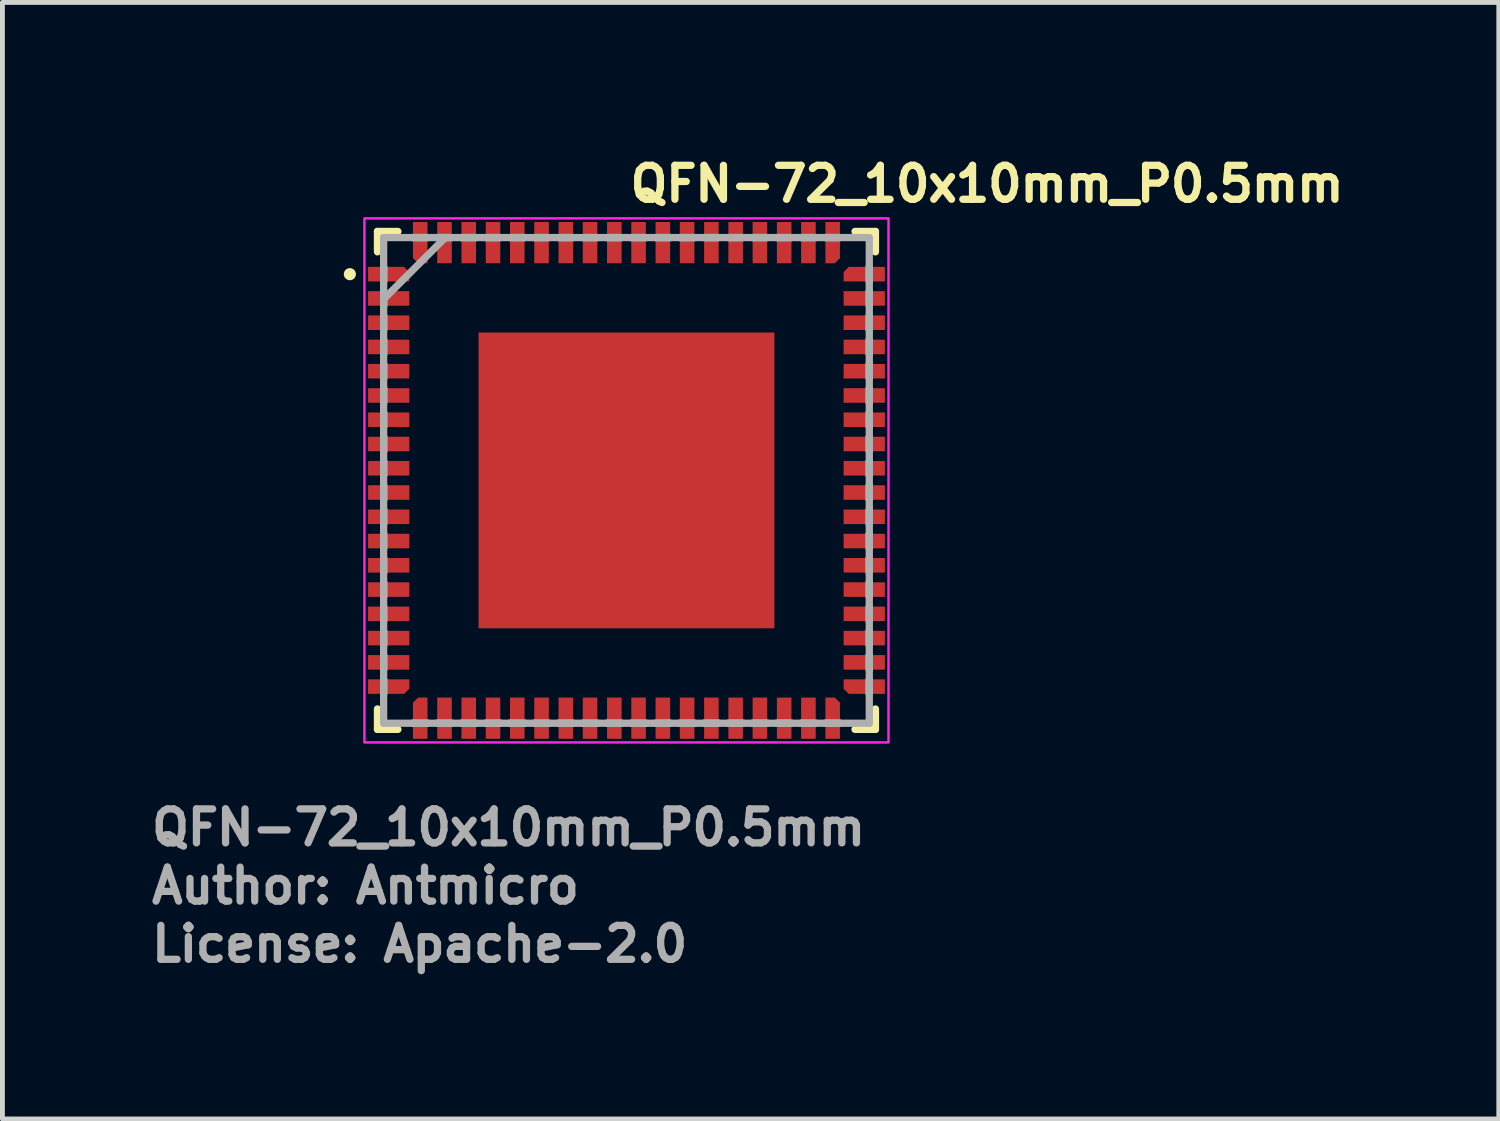
<source format=kicad_pcb>
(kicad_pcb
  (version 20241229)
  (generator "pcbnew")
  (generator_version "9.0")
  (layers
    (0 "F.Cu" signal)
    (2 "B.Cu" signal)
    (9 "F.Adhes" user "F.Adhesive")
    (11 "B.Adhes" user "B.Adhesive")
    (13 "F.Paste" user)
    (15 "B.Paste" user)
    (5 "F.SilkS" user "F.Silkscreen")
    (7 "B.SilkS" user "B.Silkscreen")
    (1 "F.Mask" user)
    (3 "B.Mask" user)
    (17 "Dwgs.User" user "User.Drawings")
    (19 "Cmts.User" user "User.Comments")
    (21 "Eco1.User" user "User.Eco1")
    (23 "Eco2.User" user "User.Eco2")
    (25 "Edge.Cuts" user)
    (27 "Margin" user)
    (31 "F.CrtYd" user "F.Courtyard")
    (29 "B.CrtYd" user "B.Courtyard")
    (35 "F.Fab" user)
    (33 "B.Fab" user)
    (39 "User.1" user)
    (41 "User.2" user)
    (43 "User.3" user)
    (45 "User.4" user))
  (footprint "QFN-72_10x10mm_P0.5mm"
    (layer "F.Cu")
    (at 9.86 6.85)
    (property "Reference" "QFN-72_10x10mm_P0.5mm" (at 0 -5.7 0) (unlocked yes) (layer "F.SilkS") (effects (font (size 0.7 0.7) (thickness 0.15)) (justify left bottom)))
    (attr smd)
    (fp_poly (pts (xy -5.378 -4.05) (xy -5.378 -4.45) (xy -4.538 -4.45) (xy -4.428 -4.339) (xy -4.428 -4.05)) (stroke (width 0) (type solid)) (fill yes) (layer "F.Mask"))
    (fp_poly (pts (xy -5.378 4.05) (xy -5.378 4.45) (xy -4.538 4.45) (xy -4.428 4.339) (xy -4.428 4.05)) (stroke (width 0) (type solid)) (fill yes) (layer "F.Mask"))
    (fp_poly (pts (xy -4.05 -5.378) (xy -4.45 -5.378) (xy -4.45 -4.538) (xy -4.339 -4.428) (xy -4.05 -4.428)) (stroke (width 0) (type solid)) (fill yes) (layer "F.Mask"))
    (fp_poly (pts (xy -4.05 5.378) (xy -4.45 5.378) (xy -4.45 4.538) (xy -4.339 4.428) (xy -4.05 4.428)) (stroke (width 0) (type solid)) (fill yes) (layer "F.Mask"))
    (fp_poly (pts (xy 4.05 -5.378) (xy 4.45 -5.378) (xy 4.45 -4.538) (xy 4.339 -4.428) (xy 4.05 -4.428)) (stroke (width 0) (type solid)) (fill yes) (layer "F.Mask"))
    (fp_poly (pts (xy 4.05 5.378) (xy 4.45 5.378) (xy 4.45 4.538) (xy 4.339 4.428) (xy 4.05 4.428)) (stroke (width 0) (type solid)) (fill yes) (layer "F.Mask"))
    (fp_poly (pts (xy 5.378 -4.05) (xy 5.378 -4.45) (xy 4.538 -4.45) (xy 4.428 -4.339) (xy 4.428 -4.05)) (stroke (width 0) (type solid)) (fill yes) (layer "F.Mask"))
    (fp_poly (pts (xy 5.378 4.05) (xy 5.378 4.45) (xy 4.538 4.45) (xy 4.428 4.339) (xy 4.428 4.05)) (stroke (width 0) (type solid)) (fill yes) (layer "F.Mask"))
    (fp_line (start -5.131 -4.71) (end -5.131 -5.131) (stroke (width 0.15) (type solid)) (layer "F.SilkS"))
    (fp_line (start -5.131 5.131) (end -5.131 4.71) (stroke (width 0.15) (type solid)) (layer "F.SilkS"))
    (fp_line (start -4.71 -5.131) (end -5.131 -5.131) (stroke (width 0.15) (type solid)) (layer "F.SilkS"))
    (fp_line (start -4.71 5.131) (end -5.131 5.131) (stroke (width 0.15) (type solid)) (layer "F.SilkS"))
    (fp_line (start 5.131 -5.131) (end 4.71 -5.131) (stroke (width 0.15) (type solid)) (layer "F.SilkS"))
    (fp_line (start 5.131 -4.71) (end 5.131 -5.131) (stroke (width 0.15) (type solid)) (layer "F.SilkS"))
    (fp_line (start 5.131 5.131) (end 4.71 5.131) (stroke (width 0.15) (type solid)) (layer "F.SilkS"))
    (fp_line (start 5.131 5.131) (end 5.131 4.71) (stroke (width 0.15) (type solid)) (layer "F.SilkS"))
    (fp_circle (center -5.7 -4.25) (end -5.65 -4.25) (stroke (width 0.15) (type solid)) (fill yes) (layer "F.SilkS"))
    (fp_poly (pts (xy -2.425 -1.175) (xy -1.175 -1.175) (xy -1.175 -2.425) (xy -2.425 -2.425)) (stroke (width 0) (type solid)) (fill yes) (layer "F.Paste"))
    (fp_poly (pts (xy -2.425 0.625) (xy -1.175 0.625) (xy -1.175 -0.625) (xy -2.425 -0.625)) (stroke (width 0) (type solid)) (fill yes) (layer "F.Paste"))
    (fp_poly (pts (xy -2.425 2.425) (xy -1.175 2.425) (xy -1.175 1.175) (xy -2.425 1.175)) (stroke (width 0) (type solid)) (fill yes) (layer "F.Paste"))
    (fp_poly (pts (xy -0.625 -1.175) (xy 0.625 -1.175) (xy 0.625 -2.425) (xy -0.625 -2.425)) (stroke (width 0) (type solid)) (fill yes) (layer "F.Paste"))
    (fp_poly (pts (xy -0.625 0.625) (xy 0.625 0.625) (xy 0.625 -0.625) (xy -0.625 -0.625)) (stroke (width 0) (type solid)) (fill yes) (layer "F.Paste"))
    (fp_poly (pts (xy -0.625 2.425) (xy 0.625 2.425) (xy 0.625 1.175) (xy -0.625 1.175)) (stroke (width 0) (type solid)) (fill yes) (layer "F.Paste"))
    (fp_poly (pts (xy 1.175 -1.175) (xy 2.425 -1.175) (xy 2.425 -2.425) (xy 1.175 -2.425)) (stroke (width 0) (type solid)) (fill yes) (layer "F.Paste"))
    (fp_poly (pts (xy 1.175 0.625) (xy 2.425 0.625) (xy 2.425 -0.625) (xy 1.175 -0.625)) (stroke (width 0) (type solid)) (fill yes) (layer "F.Paste"))
    (fp_poly (pts (xy 1.175 2.425) (xy 2.425 2.425) (xy 2.425 1.175) (xy 1.175 1.175)) (stroke (width 0) (type solid)) (fill yes) (layer "F.Paste"))
    (fp_rect (start -5.4 -5.4) (end 5.4 5.4) (stroke (width 0.05) (type solid)) (fill no) (layer "F.CrtYd"))
    (fp_line (start -5.004 -4.098) (end -5.004 -4.402) (stroke (width 0.15) (type solid)) (layer "F.Fab"))
    (fp_line (start -5.004 -4.098) (end -5.004 -4.402) (stroke (width 0.15) (type solid)) (layer "F.Fab"))
    (fp_line (start -5.004 -3.734) (end -3.734 -5.004) (stroke (width 0.15) (type solid)) (layer "F.Fab"))
    (fp_line (start -5.004 -3.598) (end -5.004 -3.902) (stroke (width 0.15) (type solid)) (layer "F.Fab"))
    (fp_line (start -5.004 -3.598) (end -5.004 -3.902) (stroke (width 0.15) (type solid)) (layer "F.Fab"))
    (fp_line (start -5.004 -3.098) (end -5.004 -3.402) (stroke (width 0.15) (type solid)) (layer "F.Fab"))
    (fp_line (start -5.004 -3.098) (end -5.004 -3.402) (stroke (width 0.15) (type solid)) (layer "F.Fab"))
    (fp_line (start -5.004 -2.598) (end -5.004 -2.902) (stroke (width 0.15) (type solid)) (layer "F.Fab"))
    (fp_line (start -5.004 -2.598) (end -5.004 -2.902) (stroke (width 0.15) (type solid)) (layer "F.Fab"))
    (fp_line (start -5.004 -2.098) (end -5.004 -2.402) (stroke (width 0.15) (type solid)) (layer "F.Fab"))
    (fp_line (start -5.004 -2.098) (end -5.004 -2.402) (stroke (width 0.15) (type solid)) (layer "F.Fab"))
    (fp_line (start -5.004 -1.598) (end -5.004 -1.902) (stroke (width 0.15) (type solid)) (layer "F.Fab"))
    (fp_line (start -5.004 -1.598) (end -5.004 -1.902) (stroke (width 0.15) (type solid)) (layer "F.Fab"))
    (fp_line (start -5.004 -1.098) (end -5.004 -1.402) (stroke (width 0.15) (type solid)) (layer "F.Fab"))
    (fp_line (start -5.004 -1.098) (end -5.004 -1.402) (stroke (width 0.15) (type solid)) (layer "F.Fab"))
    (fp_line (start -5.004 -0.598) (end -5.004 -0.902) (stroke (width 0.15) (type solid)) (layer "F.Fab"))
    (fp_line (start -5.004 -0.598) (end -5.004 -0.902) (stroke (width 0.15) (type solid)) (layer "F.Fab"))
    (fp_line (start -5.004 -0.098) (end -5.004 -0.402) (stroke (width 0.15) (type solid)) (layer "F.Fab"))
    (fp_line (start -5.004 -0.098) (end -5.004 -0.402) (stroke (width 0.15) (type solid)) (layer "F.Fab"))
    (fp_line (start -5.004 0.402) (end -5.004 0.098) (stroke (width 0.15) (type solid)) (layer "F.Fab"))
    (fp_line (start -5.004 0.402) (end -5.004 0.098) (stroke (width 0.15) (type solid)) (layer "F.Fab"))
    (fp_line (start -5.004 0.902) (end -5.004 0.598) (stroke (width 0.15) (type solid)) (layer "F.Fab"))
    (fp_line (start -5.004 0.902) (end -5.004 0.598) (stroke (width 0.15) (type solid)) (layer "F.Fab"))
    (fp_line (start -5.004 1.402) (end -5.004 1.098) (stroke (width 0.15) (type solid)) (layer "F.Fab"))
    (fp_line (start -5.004 1.402) (end -5.004 1.098) (stroke (width 0.15) (type solid)) (layer "F.Fab"))
    (fp_line (start -5.004 1.902) (end -5.004 1.598) (stroke (width 0.15) (type solid)) (layer "F.Fab"))
    (fp_line (start -5.004 1.902) (end -5.004 1.598) (stroke (width 0.15) (type solid)) (layer "F.Fab"))
    (fp_line (start -5.004 2.402) (end -5.004 2.098) (stroke (width 0.15) (type solid)) (layer "F.Fab"))
    (fp_line (start -5.004 2.402) (end -5.004 2.098) (stroke (width 0.15) (type solid)) (layer "F.Fab"))
    (fp_line (start -5.004 2.902) (end -5.004 2.598) (stroke (width 0.15) (type solid)) (layer "F.Fab"))
    (fp_line (start -5.004 2.902) (end -5.004 2.598) (stroke (width 0.15) (type solid)) (layer "F.Fab"))
    (fp_line (start -5.004 3.402) (end -5.004 3.098) (stroke (width 0.15) (type solid)) (layer "F.Fab"))
    (fp_line (start -5.004 3.402) (end -5.004 3.098) (stroke (width 0.15) (type solid)) (layer "F.Fab"))
    (fp_line (start -5.004 3.902) (end -5.004 3.598) (stroke (width 0.15) (type solid)) (layer "F.Fab"))
    (fp_line (start -5.004 3.902) (end -5.004 3.598) (stroke (width 0.15) (type solid)) (layer "F.Fab"))
    (fp_line (start -5.004 4.402) (end -5.004 4.098) (stroke (width 0.15) (type solid)) (layer "F.Fab"))
    (fp_line (start -5.004 4.402) (end -5.004 4.098) (stroke (width 0.15) (type solid)) (layer "F.Fab"))
    (fp_line (start -5.004 5.004) (end -5.004 -5.004) (stroke (width 0.15) (type solid)) (layer "F.Fab"))
    (fp_line (start -4.098 -5.004) (end -4.402 -5.004) (stroke (width 0.15) (type solid)) (layer "F.Fab"))
    (fp_line (start -4.098 -5.004) (end -4.402 -5.004) (stroke (width 0.15) (type solid)) (layer "F.Fab"))
    (fp_line (start -4.098 5.004) (end -4.402 5.004) (stroke (width 0.15) (type solid)) (layer "F.Fab"))
    (fp_line (start -4.098 5.004) (end -4.402 5.004) (stroke (width 0.15) (type solid)) (layer "F.Fab"))
    (fp_line (start -3.598 -5.004) (end -3.902 -5.004) (stroke (width 0.15) (type solid)) (layer "F.Fab"))
    (fp_line (start -3.598 -5.004) (end -3.902 -5.004) (stroke (width 0.15) (type solid)) (layer "F.Fab"))
    (fp_line (start -3.598 5.004) (end -3.902 5.004) (stroke (width 0.15) (type solid)) (layer "F.Fab"))
    (fp_line (start -3.598 5.004) (end -3.902 5.004) (stroke (width 0.15) (type solid)) (layer "F.Fab"))
    (fp_line (start -3.098 -5.004) (end -3.402 -5.004) (stroke (width 0.15) (type solid)) (layer "F.Fab"))
    (fp_line (start -3.098 -5.004) (end -3.402 -5.004) (stroke (width 0.15) (type solid)) (layer "F.Fab"))
    (fp_line (start -3.098 5.004) (end -3.402 5.004) (stroke (width 0.15) (type solid)) (layer "F.Fab"))
    (fp_line (start -3.098 5.004) (end -3.402 5.004) (stroke (width 0.15) (type solid)) (layer "F.Fab"))
    (fp_line (start -2.598 -5.004) (end -2.902 -5.004) (stroke (width 0.15) (type solid)) (layer "F.Fab"))
    (fp_line (start -2.598 -5.004) (end -2.902 -5.004) (stroke (width 0.15) (type solid)) (layer "F.Fab"))
    (fp_line (start -2.598 5.004) (end -2.902 5.004) (stroke (width 0.15) (type solid)) (layer "F.Fab"))
    (fp_line (start -2.598 5.004) (end -2.902 5.004) (stroke (width 0.15) (type solid)) (layer "F.Fab"))
    (fp_line (start -2.098 -5.004) (end -2.402 -5.004) (stroke (width 0.15) (type solid)) (layer "F.Fab"))
    (fp_line (start -2.098 -5.004) (end -2.402 -5.004) (stroke (width 0.15) (type solid)) (layer "F.Fab"))
    (fp_line (start -2.098 5.004) (end -2.402 5.004) (stroke (width 0.15) (type solid)) (layer "F.Fab"))
    (fp_line (start -2.098 5.004) (end -2.402 5.004) (stroke (width 0.15) (type solid)) (layer "F.Fab"))
    (fp_line (start -1.598 -5.004) (end -1.902 -5.004) (stroke (width 0.15) (type solid)) (layer "F.Fab"))
    (fp_line (start -1.598 -5.004) (end -1.902 -5.004) (stroke (width 0.15) (type solid)) (layer "F.Fab"))
    (fp_line (start -1.598 5.004) (end -1.902 5.004) (stroke (width 0.15) (type solid)) (layer "F.Fab"))
    (fp_line (start -1.598 5.004) (end -1.902 5.004) (stroke (width 0.15) (type solid)) (layer "F.Fab"))
    (fp_line (start -1.098 -5.004) (end -1.402 -5.004) (stroke (width 0.15) (type solid)) (layer "F.Fab"))
    (fp_line (start -1.098 -5.004) (end -1.402 -5.004) (stroke (width 0.15) (type solid)) (layer "F.Fab"))
    (fp_line (start -1.098 5.004) (end -1.402 5.004) (stroke (width 0.15) (type solid)) (layer "F.Fab"))
    (fp_line (start -1.098 5.004) (end -1.402 5.004) (stroke (width 0.15) (type solid)) (layer "F.Fab"))
    (fp_line (start -0.598 -5.004) (end -0.902 -5.004) (stroke (width 0.15) (type solid)) (layer "F.Fab"))
    (fp_line (start -0.598 -5.004) (end -0.902 -5.004) (stroke (width 0.15) (type solid)) (layer "F.Fab"))
    (fp_line (start -0.598 5.004) (end -0.902 5.004) (stroke (width 0.15) (type solid)) (layer "F.Fab"))
    (fp_line (start -0.598 5.004) (end -0.902 5.004) (stroke (width 0.15) (type solid)) (layer "F.Fab"))
    (fp_line (start -0.098 -5.004) (end -0.402 -5.004) (stroke (width 0.15) (type solid)) (layer "F.Fab"))
    (fp_line (start -0.098 -5.004) (end -0.402 -5.004) (stroke (width 0.15) (type solid)) (layer "F.Fab"))
    (fp_line (start -0.098 5.004) (end -0.402 5.004) (stroke (width 0.15) (type solid)) (layer "F.Fab"))
    (fp_line (start -0.098 5.004) (end -0.402 5.004) (stroke (width 0.15) (type solid)) (layer "F.Fab"))
    (fp_line (start 0.402 -5.004) (end 0.098 -5.004) (stroke (width 0.15) (type solid)) (layer "F.Fab"))
    (fp_line (start 0.402 -5.004) (end 0.098 -5.004) (stroke (width 0.15) (type solid)) (layer "F.Fab"))
    (fp_line (start 0.402 5.004) (end 0.098 5.004) (stroke (width 0.15) (type solid)) (layer "F.Fab"))
    (fp_line (start 0.402 5.004) (end 0.098 5.004) (stroke (width 0.15) (type solid)) (layer "F.Fab"))
    (fp_line (start 0.902 -5.004) (end 0.598 -5.004) (stroke (width 0.15) (type solid)) (layer "F.Fab"))
    (fp_line (start 0.902 -5.004) (end 0.598 -5.004) (stroke (width 0.15) (type solid)) (layer "F.Fab"))
    (fp_line (start 0.902 5.004) (end 0.598 5.004) (stroke (width 0.15) (type solid)) (layer "F.Fab"))
    (fp_line (start 0.902 5.004) (end 0.598 5.004) (stroke (width 0.15) (type solid)) (layer "F.Fab"))
    (fp_line (start 1.402 -5.004) (end 1.098 -5.004) (stroke (width 0.15) (type solid)) (layer "F.Fab"))
    (fp_line (start 1.402 -5.004) (end 1.098 -5.004) (stroke (width 0.15) (type solid)) (layer "F.Fab"))
    (fp_line (start 1.402 5.004) (end 1.098 5.004) (stroke (width 0.15) (type solid)) (layer "F.Fab"))
    (fp_line (start 1.402 5.004) (end 1.098 5.004) (stroke (width 0.15) (type solid)) (layer "F.Fab"))
    (fp_line (start 1.902 -5.004) (end 1.598 -5.004) (stroke (width 0.15) (type solid)) (layer "F.Fab"))
    (fp_line (start 1.902 -5.004) (end 1.598 -5.004) (stroke (width 0.15) (type solid)) (layer "F.Fab"))
    (fp_line (start 1.902 5.004) (end 1.598 5.004) (stroke (width 0.15) (type solid)) (layer "F.Fab"))
    (fp_line (start 1.902 5.004) (end 1.598 5.004) (stroke (width 0.15) (type solid)) (layer "F.Fab"))
    (fp_line (start 2.402 -5.004) (end 2.098 -5.004) (stroke (width 0.15) (type solid)) (layer "F.Fab"))
    (fp_line (start 2.402 -5.004) (end 2.098 -5.004) (stroke (width 0.15) (type solid)) (layer "F.Fab"))
    (fp_line (start 2.402 5.004) (end 2.098 5.004) (stroke (width 0.15) (type solid)) (layer "F.Fab"))
    (fp_line (start 2.402 5.004) (end 2.098 5.004) (stroke (width 0.15) (type solid)) (layer "F.Fab"))
    (fp_line (start 2.902 -5.004) (end 2.598 -5.004) (stroke (width 0.15) (type solid)) (layer "F.Fab"))
    (fp_line (start 2.902 -5.004) (end 2.598 -5.004) (stroke (width 0.15) (type solid)) (layer "F.Fab"))
    (fp_line (start 2.902 5.004) (end 2.598 5.004) (stroke (width 0.15) (type solid)) (layer "F.Fab"))
    (fp_line (start 2.902 5.004) (end 2.598 5.004) (stroke (width 0.15) (type solid)) (layer "F.Fab"))
    (fp_line (start 3.402 -5.004) (end 3.098 -5.004) (stroke (width 0.15) (type solid)) (layer "F.Fab"))
    (fp_line (start 3.402 -5.004) (end 3.098 -5.004) (stroke (width 0.15) (type solid)) (layer "F.Fab"))
    (fp_line (start 3.402 5.004) (end 3.098 5.004) (stroke (width 0.15) (type solid)) (layer "F.Fab"))
    (fp_line (start 3.402 5.004) (end 3.098 5.004) (stroke (width 0.15) (type solid)) (layer "F.Fab"))
    (fp_line (start 3.902 -5.004) (end 3.598 -5.004) (stroke (width 0.15) (type solid)) (layer "F.Fab"))
    (fp_line (start 3.902 -5.004) (end 3.598 -5.004) (stroke (width 0.15) (type solid)) (layer "F.Fab"))
    (fp_line (start 3.902 5.004) (end 3.598 5.004) (stroke (width 0.15) (type solid)) (layer "F.Fab"))
    (fp_line (start 3.902 5.004) (end 3.598 5.004) (stroke (width 0.15) (type solid)) (layer "F.Fab"))
    (fp_line (start 4.402 -5.004) (end 4.098 -5.004) (stroke (width 0.15) (type solid)) (layer "F.Fab"))
    (fp_line (start 4.402 -5.004) (end 4.098 -5.004) (stroke (width 0.15) (type solid)) (layer "F.Fab"))
    (fp_line (start 4.402 5.004) (end 4.098 5.004) (stroke (width 0.15) (type solid)) (layer "F.Fab"))
    (fp_line (start 4.402 5.004) (end 4.098 5.004) (stroke (width 0.15) (type solid)) (layer "F.Fab"))
    (fp_line (start 5.004 -5.004) (end -5.004 -5.004) (stroke (width 0.15) (type solid)) (layer "F.Fab"))
    (fp_line (start 5.004 -4.098) (end 5.004 -4.402) (stroke (width 0.15) (type solid)) (layer "F.Fab"))
    (fp_line (start 5.004 -4.098) (end 5.004 -4.402) (stroke (width 0.15) (type solid)) (layer "F.Fab"))
    (fp_line (start 5.004 -3.598) (end 5.004 -3.902) (stroke (width 0.15) (type solid)) (layer "F.Fab"))
    (fp_line (start 5.004 -3.598) (end 5.004 -3.902) (stroke (width 0.15) (type solid)) (layer "F.Fab"))
    (fp_line (start 5.004 -3.098) (end 5.004 -3.402) (stroke (width 0.15) (type solid)) (layer "F.Fab"))
    (fp_line (start 5.004 -3.098) (end 5.004 -3.402) (stroke (width 0.15) (type solid)) (layer "F.Fab"))
    (fp_line (start 5.004 -2.598) (end 5.004 -2.902) (stroke (width 0.15) (type solid)) (layer "F.Fab"))
    (fp_line (start 5.004 -2.598) (end 5.004 -2.902) (stroke (width 0.15) (type solid)) (layer "F.Fab"))
    (fp_line (start 5.004 -2.098) (end 5.004 -2.402) (stroke (width 0.15) (type solid)) (layer "F.Fab"))
    (fp_line (start 5.004 -2.098) (end 5.004 -2.402) (stroke (width 0.15) (type solid)) (layer "F.Fab"))
    (fp_line (start 5.004 -1.598) (end 5.004 -1.902) (stroke (width 0.15) (type solid)) (layer "F.Fab"))
    (fp_line (start 5.004 -1.598) (end 5.004 -1.902) (stroke (width 0.15) (type solid)) (layer "F.Fab"))
    (fp_line (start 5.004 -1.098) (end 5.004 -1.402) (stroke (width 0.15) (type solid)) (layer "F.Fab"))
    (fp_line (start 5.004 -1.098) (end 5.004 -1.402) (stroke (width 0.15) (type solid)) (layer "F.Fab"))
    (fp_line (start 5.004 -0.598) (end 5.004 -0.902) (stroke (width 0.15) (type solid)) (layer "F.Fab"))
    (fp_line (start 5.004 -0.598) (end 5.004 -0.902) (stroke (width 0.15) (type solid)) (layer "F.Fab"))
    (fp_line (start 5.004 -0.098) (end 5.004 -0.402) (stroke (width 0.15) (type solid)) (layer "F.Fab"))
    (fp_line (start 5.004 -0.098) (end 5.004 -0.402) (stroke (width 0.15) (type solid)) (layer "F.Fab"))
    (fp_line (start 5.004 0.402) (end 5.004 0.098) (stroke (width 0.15) (type solid)) (layer "F.Fab"))
    (fp_line (start 5.004 0.402) (end 5.004 0.098) (stroke (width 0.15) (type solid)) (layer "F.Fab"))
    (fp_line (start 5.004 0.902) (end 5.004 0.598) (stroke (width 0.15) (type solid)) (layer "F.Fab"))
    (fp_line (start 5.004 0.902) (end 5.004 0.598) (stroke (width 0.15) (type solid)) (layer "F.Fab"))
    (fp_line (start 5.004 1.402) (end 5.004 1.098) (stroke (width 0.15) (type solid)) (layer "F.Fab"))
    (fp_line (start 5.004 1.402) (end 5.004 1.098) (stroke (width 0.15) (type solid)) (layer "F.Fab"))
    (fp_line (start 5.004 1.902) (end 5.004 1.598) (stroke (width 0.15) (type solid)) (layer "F.Fab"))
    (fp_line (start 5.004 1.902) (end 5.004 1.598) (stroke (width 0.15) (type solid)) (layer "F.Fab"))
    (fp_line (start 5.004 2.402) (end 5.004 2.098) (stroke (width 0.15) (type solid)) (layer "F.Fab"))
    (fp_line (start 5.004 2.402) (end 5.004 2.098) (stroke (width 0.15) (type solid)) (layer "F.Fab"))
    (fp_line (start 5.004 2.902) (end 5.004 2.598) (stroke (width 0.15) (type solid)) (layer "F.Fab"))
    (fp_line (start 5.004 2.902) (end 5.004 2.598) (stroke (width 0.15) (type solid)) (layer "F.Fab"))
    (fp_line (start 5.004 3.402) (end 5.004 3.098) (stroke (width 0.15) (type solid)) (layer "F.Fab"))
    (fp_line (start 5.004 3.402) (end 5.004 3.098) (stroke (width 0.15) (type solid)) (layer "F.Fab"))
    (fp_line (start 5.004 3.902) (end 5.004 3.598) (stroke (width 0.15) (type solid)) (layer "F.Fab"))
    (fp_line (start 5.004 3.902) (end 5.004 3.598) (stroke (width 0.15) (type solid)) (layer "F.Fab"))
    (fp_line (start 5.004 4.402) (end 5.004 4.098) (stroke (width 0.15) (type solid)) (layer "F.Fab"))
    (fp_line (start 5.004 4.402) (end 5.004 4.098) (stroke (width 0.15) (type solid)) (layer "F.Fab"))
    (fp_line (start 5.004 5.004) (end -5.004 5.004) (stroke (width 0.15) (type solid)) (layer "F.Fab"))
    (fp_line (start 5.004 5.004) (end 5.004 -5.004) (stroke (width 0.15) (type solid)) (layer "F.Fab"))
    (fp_rect (start -5.004 -5.004) (end 5.004 5.004) (stroke (width 0.1) (type solid)) (fill no) (layer "User.5"))
    (fp_line (start -5.004 -5.004) (end -5.004 5.004) (stroke (width 0.02) (type solid)) (layer "User.9"))
    (fp_line (start -5.004 5.004) (end 5.004 5.004) (stroke (width 0.02) (type solid)) (layer "User.9"))
    (fp_line (start -4.253 -4.016) (end -4.253 -4.003) (stroke (width 0.02) (type solid)) (layer "User.9"))
    (fp_line (start -4.253 -4.003) (end -4.253 -4.003) (stroke (width 0.02) (type solid)) (layer "User.9"))
    (fp_line (start -4.253 -4.003) (end -4.253 -3.99) (stroke (width 0.02) (type solid)) (layer "User.9"))
    (fp_line (start -4.253 -3.99) (end -4.252 -3.977) (stroke (width 0.02) (type solid)) (layer "User.9"))
    (fp_line (start -4.252 -4.029) (end -4.253 -4.016) (stroke (width 0.02) (type solid)) (layer "User.9"))
    (fp_line (start -4.252 -3.977) (end -4.25 -3.965) (stroke (width 0.02) (type solid)) (layer "User.9"))
    (fp_line (start -4.25 -4.041) (end -4.252 -4.029) (stroke (width 0.02) (type solid)) (layer "User.9"))
    (fp_line (start -4.25 -3.965) (end -4.248 -3.953) (stroke (width 0.02) (type solid)) (layer "User.9"))
    (fp_line (start -4.248 -4.053) (end -4.25 -4.041) (stroke (width 0.02) (type solid)) (layer "User.9"))
    (fp_line (start -4.248 -3.953) (end -4.245 -3.94) (stroke (width 0.02) (type solid)) (layer "User.9"))
    (fp_line (start -4.245 -4.066) (end -4.248 -4.053) (stroke (width 0.02) (type solid)) (layer "User.9"))
    (fp_line (start -4.245 -3.94) (end -4.242 -3.929) (stroke (width 0.02) (type solid)) (layer "User.9"))
    (fp_line (start -4.242 -4.077) (end -4.245 -4.066) (stroke (width 0.02) (type solid)) (layer "User.9"))
    (fp_line (start -4.242 -3.929) (end -4.238 -3.917) (stroke (width 0.02) (type solid)) (layer "User.9"))
    (fp_line (start -4.238 -4.089) (end -4.242 -4.077) (stroke (width 0.02) (type solid)) (layer "User.9"))
    (fp_line (start -4.238 -3.917) (end -4.234 -3.906) (stroke (width 0.02) (type solid)) (layer "User.9"))
    (fp_line (start -4.234 -4.1) (end -4.238 -4.089) (stroke (width 0.02) (type solid)) (layer "User.9"))
    (fp_line (start -4.234 -3.906) (end -4.229 -3.895) (stroke (width 0.02) (type solid)) (layer "User.9"))
    (fp_line (start -4.229 -4.111) (end -4.234 -4.1) (stroke (width 0.02) (type solid)) (layer "User.9"))
    (fp_line (start -4.229 -3.895) (end -4.223 -3.884) (stroke (width 0.02) (type solid)) (layer "User.9"))
    (fp_line (start -4.223 -4.122) (end -4.229 -4.111) (stroke (width 0.02) (type solid)) (layer "User.9"))
    (fp_line (start -4.223 -3.884) (end -4.217 -3.873) (stroke (width 0.02) (type solid)) (layer "User.9"))
    (fp_line (start -4.217 -4.133) (end -4.223 -4.122) (stroke (width 0.02) (type solid)) (layer "User.9"))
    (fp_line (start -4.217 -3.873) (end -4.21 -3.863) (stroke (width 0.02) (type solid)) (layer "User.9"))
    (fp_line (start -4.21 -4.143) (end -4.217 -4.133) (stroke (width 0.02) (type solid)) (layer "User.9"))
    (fp_line (start -4.21 -3.863) (end -4.203 -3.853) (stroke (width 0.02) (type solid)) (layer "User.9"))
    (fp_line (start -4.203 -4.153) (end -4.21 -4.143) (stroke (width 0.02) (type solid)) (layer "User.9"))
    (fp_line (start -4.203 -3.853) (end -4.196 -3.844) (stroke (width 0.02) (type solid)) (layer "User.9"))
    (fp_line (start -4.196 -4.162) (end -4.203 -4.153) (stroke (width 0.02) (type solid)) (layer "User.9"))
    (fp_line (start -4.196 -3.844) (end -4.188 -3.835) (stroke (width 0.02) (type solid)) (layer "User.9"))
    (fp_line (start -4.188 -4.171) (end -4.196 -4.162) (stroke (width 0.02) (type solid)) (layer "User.9"))
    (fp_line (start -4.188 -3.835) (end -4.18 -3.826) (stroke (width 0.02) (type solid)) (layer "User.9"))
    (fp_line (start -4.18 -4.18) (end -4.188 -4.171) (stroke (width 0.02) (type solid)) (layer "User.9"))
    (fp_line (start -4.18 -3.826) (end -4.171 -3.818) (stroke (width 0.02) (type solid)) (layer "User.9"))
    (fp_line (start -4.171 -4.188) (end -4.18 -4.18) (stroke (width 0.02) (type solid)) (layer "User.9"))
    (fp_line (start -4.171 -3.818) (end -4.162 -3.81) (stroke (width 0.02) (type solid)) (layer "User.9"))
    (fp_line (start -4.162 -4.196) (end -4.171 -4.188) (stroke (width 0.02) (type solid)) (layer "User.9"))
    (fp_line (start -4.162 -3.81) (end -4.153 -3.803) (stroke (width 0.02) (type solid)) (layer "User.9"))
    (fp_line (start -4.153 -4.203) (end -4.162 -4.196) (stroke (width 0.02) (type solid)) (layer "User.9"))
    (fp_line (start -4.153 -3.803) (end -4.143 -3.796) (stroke (width 0.02) (type solid)) (layer "User.9"))
    (fp_line (start -4.143 -4.21) (end -4.153 -4.203) (stroke (width 0.02) (type solid)) (layer "User.9"))
    (fp_line (start -4.143 -3.796) (end -4.133 -3.789) (stroke (width 0.02) (type solid)) (layer "User.9"))
    (fp_line (start -4.133 -4.217) (end -4.143 -4.21) (stroke (width 0.02) (type solid)) (layer "User.9"))
    (fp_line (start -4.133 -3.789) (end -4.122 -3.783) (stroke (width 0.02) (type solid)) (layer "User.9"))
    (fp_line (start -4.122 -4.223) (end -4.133 -4.217) (stroke (width 0.02) (type solid)) (layer "User.9"))
    (fp_line (start -4.122 -3.783) (end -4.111 -3.777) (stroke (width 0.02) (type solid)) (layer "User.9"))
    (fp_line (start -4.111 -4.229) (end -4.122 -4.223) (stroke (width 0.02) (type solid)) (layer "User.9"))
    (fp_line (start -4.111 -3.777) (end -4.1 -3.772) (stroke (width 0.02) (type solid)) (layer "User.9"))
    (fp_line (start -4.1 -4.234) (end -4.111 -4.229) (stroke (width 0.02) (type solid)) (layer "User.9"))
    (fp_line (start -4.1 -3.772) (end -4.089 -3.768) (stroke (width 0.02) (type solid)) (layer "User.9"))
    (fp_line (start -4.089 -4.238) (end -4.1 -4.234) (stroke (width 0.02) (type solid)) (layer "User.9"))
    (fp_line (start -4.089 -3.768) (end -4.077 -3.764) (stroke (width 0.02) (type solid)) (layer "User.9"))
    (fp_line (start -4.077 -4.242) (end -4.089 -4.238) (stroke (width 0.02) (type solid)) (layer "User.9"))
    (fp_line (start -4.077 -3.764) (end -4.066 -3.761) (stroke (width 0.02) (type solid)) (layer "User.9"))
    (fp_line (start -4.066 -4.245) (end -4.077 -4.242) (stroke (width 0.02) (type solid)) (layer "User.9"))
    (fp_line (start -4.066 -3.761) (end -4.053 -3.758) (stroke (width 0.02) (type solid)) (layer "User.9"))
    (fp_line (start -4.053 -4.248) (end -4.066 -4.245) (stroke (width 0.02) (type solid)) (layer "User.9"))
    (fp_line (start -4.053 -3.758) (end -4.041 -3.756) (stroke (width 0.02) (type solid)) (layer "User.9"))
    (fp_line (start -4.041 -4.25) (end -4.053 -4.248) (stroke (width 0.02) (type solid)) (layer "User.9"))
    (fp_line (start -4.041 -3.756) (end -4.029 -3.754) (stroke (width 0.02) (type solid)) (layer "User.9"))
    (fp_line (start -4.029 -4.252) (end -4.041 -4.25) (stroke (width 0.02) (type solid)) (layer "User.9"))
    (fp_line (start -4.029 -3.754) (end -4.016 -3.753) (stroke (width 0.02) (type solid)) (layer "User.9"))
    (fp_line (start -4.016 -4.253) (end -4.029 -4.252) (stroke (width 0.02) (type solid)) (layer "User.9"))
    (fp_line (start -4.016 -3.753) (end -4.003 -3.753) (stroke (width 0.02) (type solid)) (layer "User.9"))
    (fp_line (start -4.003 -4.253) (end -4.016 -4.253) (stroke (width 0.02) (type solid)) (layer "User.9"))
    (fp_line (start -4.003 -4.253) (end -4.003 -4.253) (stroke (width 0.02) (type solid)) (layer "User.9"))
    (fp_line (start -4.003 -3.753) (end -4.003 -3.753) (stroke (width 0.02) (type solid)) (layer "User.9"))
    (fp_line (start -4.003 -3.753) (end -3.99 -3.753) (stroke (width 0.02) (type solid)) (layer "User.9"))
    (fp_line (start -3.99 -4.253) (end -4.003 -4.253) (stroke (width 0.02) (type solid)) (layer "User.9"))
    (fp_line (start -3.99 -3.753) (end -3.977 -3.754) (stroke (width 0.02) (type solid)) (layer "User.9"))
    (fp_line (start -3.977 -4.252) (end -3.99 -4.253) (stroke (width 0.02) (type solid)) (layer "User.9"))
    (fp_line (start -3.977 -3.754) (end -3.965 -3.756) (stroke (width 0.02) (type solid)) (layer "User.9"))
    (fp_line (start -3.965 -4.25) (end -3.977 -4.252) (stroke (width 0.02) (type solid)) (layer "User.9"))
    (fp_line (start -3.965 -3.756) (end -3.953 -3.758) (stroke (width 0.02) (type solid)) (layer "User.9"))
    (fp_line (start -3.953 -4.248) (end -3.965 -4.25) (stroke (width 0.02) (type solid)) (layer "User.9"))
    (fp_line (start -3.953 -3.758) (end -3.94 -3.761) (stroke (width 0.02) (type solid)) (layer "User.9"))
    (fp_line (start -3.94 -4.245) (end -3.953 -4.248) (stroke (width 0.02) (type solid)) (layer "User.9"))
    (fp_line (start -3.94 -3.761) (end -3.929 -3.764) (stroke (width 0.02) (type solid)) (layer "User.9"))
    (fp_line (start -3.929 -4.242) (end -3.94 -4.245) (stroke (width 0.02) (type solid)) (layer "User.9"))
    (fp_line (start -3.929 -3.764) (end -3.917 -3.768) (stroke (width 0.02) (type solid)) (layer "User.9"))
    (fp_line (start -3.917 -4.238) (end -3.929 -4.242) (stroke (width 0.02) (type solid)) (layer "User.9"))
    (fp_line (start -3.917 -3.768) (end -3.906 -3.772) (stroke (width 0.02) (type solid)) (layer "User.9"))
    (fp_line (start -3.906 -4.234) (end -3.917 -4.238) (stroke (width 0.02) (type solid)) (layer "User.9"))
    (fp_line (start -3.906 -3.772) (end -3.895 -3.777) (stroke (width 0.02) (type solid)) (layer "User.9"))
    (fp_line (start -3.895 -4.229) (end -3.906 -4.234) (stroke (width 0.02) (type solid)) (layer "User.9"))
    (fp_line (start -3.895 -3.777) (end -3.884 -3.783) (stroke (width 0.02) (type solid)) (layer "User.9"))
    (fp_line (start -3.884 -4.223) (end -3.895 -4.229) (stroke (width 0.02) (type solid)) (layer "User.9"))
    (fp_line (start -3.884 -3.783) (end -3.873 -3.789) (stroke (width 0.02) (type solid)) (layer "User.9"))
    (fp_line (start -3.873 -4.217) (end -3.884 -4.223) (stroke (width 0.02) (type solid)) (layer "User.9"))
    (fp_line (start -3.873 -3.789) (end -3.863 -3.796) (stroke (width 0.02) (type solid)) (layer "User.9"))
    (fp_line (start -3.863 -4.21) (end -3.873 -4.217) (stroke (width 0.02) (type solid)) (layer "User.9"))
    (fp_line (start -3.863 -3.796) (end -3.853 -3.803) (stroke (width 0.02) (type solid)) (layer "User.9"))
    (fp_line (start -3.853 -4.203) (end -3.863 -4.21) (stroke (width 0.02) (type solid)) (layer "User.9"))
    (fp_line (start -3.853 -3.803) (end -3.844 -3.81) (stroke (width 0.02) (type solid)) (layer "User.9"))
    (fp_line (start -3.844 -4.196) (end -3.853 -4.203) (stroke (width 0.02) (type solid)) (layer "User.9"))
    (fp_line (start -3.844 -3.81) (end -3.835 -3.818) (stroke (width 0.02) (type solid)) (layer "User.9"))
    (fp_line (start -3.835 -4.188) (end -3.844 -4.196) (stroke (width 0.02) (type solid)) (layer "User.9"))
    (fp_line (start -3.835 -3.818) (end -3.826 -3.826) (stroke (width 0.02) (type solid)) (layer "User.9"))
    (fp_line (start -3.826 -4.18) (end -3.835 -4.188) (stroke (width 0.02) (type solid)) (layer "User.9"))
    (fp_line (start -3.826 -3.826) (end -3.818 -3.835) (stroke (width 0.02) (type solid)) (layer "User.9"))
    (fp_line (start -3.818 -4.171) (end -3.826 -4.18) (stroke (width 0.02) (type solid)) (layer "User.9"))
    (fp_line (start -3.818 -3.835) (end -3.81 -3.844) (stroke (width 0.02) (type solid)) (layer "User.9"))
    (fp_line (start -3.81 -4.162) (end -3.818 -4.171) (stroke (width 0.02) (type solid)) (layer "User.9"))
    (fp_line (start -3.81 -3.844) (end -3.803 -3.853) (stroke (width 0.02) (type solid)) (layer "User.9"))
    (fp_line (start -3.803 -4.153) (end -3.81 -4.162) (stroke (width 0.02) (type solid)) (layer "User.9"))
    (fp_line (start -3.803 -3.853) (end -3.796 -3.863) (stroke (width 0.02) (type solid)) (layer "User.9"))
    (fp_line (start -3.796 -4.143) (end -3.803 -4.153) (stroke (width 0.02) (type solid)) (layer "User.9"))
    (fp_line (start -3.796 -3.863) (end -3.789 -3.873) (stroke (width 0.02) (type solid)) (layer "User.9"))
    (fp_line (start -3.789 -4.133) (end -3.796 -4.143) (stroke (width 0.02) (type solid)) (layer "User.9"))
    (fp_line (start -3.789 -3.873) (end -3.783 -3.884) (stroke (width 0.02) (type solid)) (layer "User.9"))
    (fp_line (start -3.783 -4.122) (end -3.789 -4.133) (stroke (width 0.02) (type solid)) (layer "User.9"))
    (fp_line (start -3.783 -3.884) (end -3.777 -3.895) (stroke (width 0.02) (type solid)) (layer "User.9"))
    (fp_line (start -3.777 -4.111) (end -3.783 -4.122) (stroke (width 0.02) (type solid)) (layer "User.9"))
    (fp_line (start -3.777 -3.895) (end -3.772 -3.906) (stroke (width 0.02) (type solid)) (layer "User.9"))
    (fp_line (start -3.772 -4.1) (end -3.777 -4.111) (stroke (width 0.02) (type solid)) (layer "User.9"))
    (fp_line (start -3.772 -3.906) (end -3.768 -3.917) (stroke (width 0.02) (type solid)) (layer "User.9"))
    (fp_line (start -3.768 -4.089) (end -3.772 -4.1) (stroke (width 0.02) (type solid)) (layer "User.9"))
    (fp_line (start -3.768 -3.917) (end -3.764 -3.929) (stroke (width 0.02) (type solid)) (layer "User.9"))
    (fp_line (start -3.764 -4.077) (end -3.768 -4.089) (stroke (width 0.02) (type solid)) (layer "User.9"))
    (fp_line (start -3.764 -3.929) (end -3.761 -3.94) (stroke (width 0.02) (type solid)) (layer "User.9"))
    (fp_line (start -3.761 -4.066) (end -3.764 -4.077) (stroke (width 0.02) (type solid)) (layer "User.9"))
    (fp_line (start -3.761 -3.94) (end -3.758 -3.953) (stroke (width 0.02) (type solid)) (layer "User.9"))
    (fp_line (start -3.758 -4.053) (end -3.761 -4.066) (stroke (width 0.02) (type solid)) (layer "User.9"))
    (fp_line (start -3.758 -3.953) (end -3.756 -3.965) (stroke (width 0.02) (type solid)) (layer "User.9"))
    (fp_line (start -3.756 -4.041) (end -3.758 -4.053) (stroke (width 0.02) (type solid)) (layer "User.9"))
    (fp_line (start -3.756 -3.965) (end -3.754 -3.977) (stroke (width 0.02) (type solid)) (layer "User.9"))
    (fp_line (start -3.754 -4.029) (end -3.756 -4.041) (stroke (width 0.02) (type solid)) (layer "User.9"))
    (fp_line (start -3.754 -3.977) (end -3.753 -3.99) (stroke (width 0.02) (type solid)) (layer "User.9"))
    (fp_line (start -3.753 -4.016) (end -3.754 -4.029) (stroke (width 0.02) (type solid)) (layer "User.9"))
    (fp_line (start -3.753 -4.003) (end -3.753 -4.016) (stroke (width 0.02) (type solid)) (layer "User.9"))
    (fp_line (start -3.753 -4.003) (end -3.753 -4.003) (stroke (width 0.02) (type solid)) (layer "User.9"))
    (fp_line (start -3.753 -4.003) (end -3.753 -4.003) (stroke (width 0.02) (type solid)) (layer "User.9"))
    (fp_line (start -3.753 -3.99) (end -3.753 -4.003) (stroke (width 0.02) (type solid)) (layer "User.9"))
    (fp_line (start 5.004 -5.004) (end -5.004 -5.004) (stroke (width 0.02) (type solid)) (layer "User.9"))
    (fp_line (start 5.004 5.004) (end 5.004 -5.004) (stroke (width 0.02) (type solid)) (layer "User.9"))
    (fp_text user "License: Apache-2.0" (at -9.86 9.963 0) (layer "F.Fab") (effects (font (size 0.7 0.7) (thickness 0.15)) (justify left bottom)))
    (fp_text user "${REFERENCE}" (at -9.86 7.563 0) (layer "F.Fab") (effects (font (size 0.7 0.7) (thickness 0.15)) (justify left bottom)))
    (fp_text user "Author: Antmicro" (at -9.86 8.763 0) (layer "F.Fab") (effects (font (size 0.7 0.7) (thickness 0.15)) (justify left bottom)))
    (pad "" smd custom (at -5.325 -4.1 135) (size 0.000001 0.000001) (layers "F.Cu" "F.Mask" "F.Paste") (options (anchor circle)) (primitives (gr_poly (pts (xy 0 0) (xy 0.212 0.212) (xy -0.314 0.738) (xy -0.464 0.738) (xy -0.601 0.601)) (width 0) (fill yes))))
    (pad "" smd custom (at -5.325 4.1 135) (size 0.000001 0.000001) (layers "F.Cu" "F.Mask" "F.Paste") (options (anchor circle)) (primitives (gr_poly (pts (xy 0 0) (xy -0.212 -0.212) (xy -0.738 0.314) (xy -0.738 0.464) (xy -0.601 0.601)) (width 0) (fill yes))))
    (pad "" smd custom (at -4.1 -5.325 135) (size 0.000001 0.000001) (layers "F.Cu" "F.Mask" "F.Paste") (options (anchor circle)) (primitives (gr_poly (pts (xy 0 0) (xy 0.212 -0.212) (xy -0.314 -0.738) (xy -0.464 -0.738) (xy -0.601 -0.601)) (width 0) (fill yes))))
    (pad "" smd custom (at -4.1 5.325 135) (size 0.000001 0.000001) (layers "F.Cu" "F.Mask" "F.Paste") (options (anchor circle)) (primitives (gr_poly (pts (xy 0 0) (xy 0.212 -0.212) (xy 0.738 0.314) (xy 0.738 0.464) (xy 0.601 0.601)) (width 0) (fill yes))))
    (pad "" smd custom (at 4.1 -5.325 135) (size 0.000001 0.000001) (layers "F.Cu" "F.Mask" "F.Paste") (options (anchor circle)) (primitives (gr_poly (pts (xy 0 0) (xy -0.212 0.212) (xy -0.738 -0.314) (xy -0.738 -0.464) (xy -0.601 -0.601)) (width 0) (fill yes))))
    (pad "" smd custom (at 4.1 5.325 135) (size 0.000001 0.000001) (layers "F.Cu" "F.Mask" "F.Paste") (options (anchor circle)) (primitives (gr_poly (pts (xy 0 0) (xy -0.212 0.212) (xy 0.314 0.738) (xy 0.464 0.738) (xy 0.601 0.601)) (width 0) (fill yes))))
    (pad "" smd custom (at 5.325 -4.1 135) (size 0.000001 0.000001) (layers "F.Cu" "F.Mask" "F.Paste") (options (anchor circle)) (primitives (gr_poly (pts (xy 0 0) (xy 0.212 0.212) (xy 0.738 -0.314) (xy 0.738 -0.464) (xy 0.601 -0.601)) (width 0) (fill yes))))
    (pad "" smd custom (at 5.325 4.1 135) (size 0.000001 0.000001) (layers "F.Cu" "F.Mask" "F.Paste") (options (anchor circle)) (primitives (gr_poly (pts (xy 0 0) (xy -0.212 -0.212) (xy 0.314 -0.738) (xy 0.464 -0.738) (xy 0.601 -0.601)) (width 0) (fill yes))))
    (pad "1" smd rect (at -4.9 -4.25 270) (size 0.254 0.254) (layers "F.Cu" "F.Mask" "F.Paste"))
    (pad "2" smd rect (at -4.9 -3.75 270) (size 0.3 0.85) (layers "F.Cu" "F.Mask" "F.Paste"))
    (pad "3" smd rect (at -4.9 -3.25 270) (size 0.3 0.85) (layers "F.Cu" "F.Mask" "F.Paste"))
    (pad "4" smd rect (at -4.9 -2.75 270) (size 0.3 0.85) (layers "F.Cu" "F.Mask" "F.Paste"))
    (pad "5" smd rect (at -4.9 -2.25 270) (size 0.3 0.85) (layers "F.Cu" "F.Mask" "F.Paste"))
    (pad "6" smd rect (at -4.9 -1.75 270) (size 0.3 0.85) (layers "F.Cu" "F.Mask" "F.Paste"))
    (pad "7" smd rect (at -4.9 -1.25 270) (size 0.3 0.85) (layers "F.Cu" "F.Mask" "F.Paste"))
    (pad "8" smd rect (at -4.9 -0.75 270) (size 0.3 0.85) (layers "F.Cu" "F.Mask" "F.Paste"))
    (pad "9" smd rect (at -4.9 -0.25 270) (size 0.3 0.85) (layers "F.Cu" "F.Mask" "F.Paste"))
    (pad "10" smd rect (at -4.9 0.25 270) (size 0.3 0.85) (layers "F.Cu" "F.Mask" "F.Paste"))
    (pad "11" smd rect (at -4.9 0.75 270) (size 0.3 0.85) (layers "F.Cu" "F.Mask" "F.Paste"))
    (pad "12" smd rect (at -4.9 1.25 270) (size 0.3 0.85) (layers "F.Cu" "F.Mask" "F.Paste"))
    (pad "13" smd rect (at -4.9 1.75 270) (size 0.3 0.85) (layers "F.Cu" "F.Mask" "F.Paste"))
    (pad "14" smd rect (at -4.9 2.25 270) (size 0.3 0.85) (layers "F.Cu" "F.Mask" "F.Paste"))
    (pad "15" smd rect (at -4.9 2.75 270) (size 0.3 0.85) (layers "F.Cu" "F.Mask" "F.Paste"))
    (pad "16" smd rect (at -4.9 3.25 270) (size 0.3 0.85) (layers "F.Cu" "F.Mask" "F.Paste"))
    (pad "17" smd rect (at -4.9 3.75 270) (size 0.3 0.85) (layers "F.Cu" "F.Mask" "F.Paste"))
    (pad "18" smd rect (at -4.9 4.25 270) (size 0.254 0.254) (layers "F.Cu" "F.Mask" "F.Paste"))
    (pad "19" smd rect (at -4.25 4.9 180) (size 0.254 0.254) (layers "F.Cu" "F.Mask" "F.Paste"))
    (pad "20" smd rect (at -3.75 4.9 180) (size 0.3 0.85) (layers "F.Cu" "F.Mask" "F.Paste"))
    (pad "21" smd rect (at -3.25 4.9 180) (size 0.3 0.85) (layers "F.Cu" "F.Mask" "F.Paste"))
    (pad "22" smd rect (at -2.75 4.9 180) (size 0.3 0.85) (layers "F.Cu" "F.Mask" "F.Paste"))
    (pad "23" smd rect (at -2.25 4.9 180) (size 0.3 0.85) (layers "F.Cu" "F.Mask" "F.Paste"))
    (pad "24" smd rect (at -1.75 4.9 180) (size 0.3 0.85) (layers "F.Cu" "F.Mask" "F.Paste"))
    (pad "25" smd rect (at -1.25 4.9 180) (size 0.3 0.85) (layers "F.Cu" "F.Mask" "F.Paste"))
    (pad "26" smd rect (at -0.75 4.9 180) (size 0.3 0.85) (layers "F.Cu" "F.Mask" "F.Paste"))
    (pad "27" smd rect (at -0.25 4.9 180) (size 0.3 0.85) (layers "F.Cu" "F.Mask" "F.Paste"))
    (pad "28" smd rect (at 0.25 4.9 180) (size 0.3 0.85) (layers "F.Cu" "F.Mask" "F.Paste"))
    (pad "29" smd rect (at 0.75 4.9 180) (size 0.3 0.85) (layers "F.Cu" "F.Mask" "F.Paste"))
    (pad "30" smd rect (at 1.25 4.9 180) (size 0.3 0.85) (layers "F.Cu" "F.Mask" "F.Paste"))
    (pad "31" smd rect (at 1.75 4.9 180) (size 0.3 0.85) (layers "F.Cu" "F.Mask" "F.Paste"))
    (pad "32" smd rect (at 2.25 4.9 180) (size 0.3 0.85) (layers "F.Cu" "F.Mask" "F.Paste"))
    (pad "33" smd rect (at 2.75 4.9 180) (size 0.3 0.85) (layers "F.Cu" "F.Mask" "F.Paste"))
    (pad "34" smd rect (at 3.25 4.9 180) (size 0.3 0.85) (layers "F.Cu" "F.Mask" "F.Paste"))
    (pad "35" smd rect (at 3.75 4.9 180) (size 0.3 0.85) (layers "F.Cu" "F.Mask" "F.Paste"))
    (pad "36" smd rect (at 4.25 4.9 180) (size 0.254 0.254) (layers "F.Cu" "F.Mask" "F.Paste"))
    (pad "37" smd rect (at 4.9 4.25 270) (size 0.254 0.254) (layers "F.Cu" "F.Mask" "F.Paste"))
    (pad "38" smd rect (at 4.9 3.75 270) (size 0.3 0.85) (layers "F.Cu" "F.Mask" "F.Paste"))
    (pad "39" smd rect (at 4.9 3.25 270) (size 0.3 0.85) (layers "F.Cu" "F.Mask" "F.Paste"))
    (pad "40" smd rect (at 4.9 2.75 270) (size 0.3 0.85) (layers "F.Cu" "F.Mask" "F.Paste"))
    (pad "41" smd rect (at 4.9 2.25 270) (size 0.3 0.85) (layers "F.Cu" "F.Mask" "F.Paste"))
    (pad "42" smd rect (at 4.9 1.75 270) (size 0.3 0.85) (layers "F.Cu" "F.Mask" "F.Paste"))
    (pad "43" smd rect (at 4.9 1.25 270) (size 0.3 0.85) (layers "F.Cu" "F.Mask" "F.Paste"))
    (pad "44" smd rect (at 4.9 0.75 270) (size 0.3 0.85) (layers "F.Cu" "F.Mask" "F.Paste"))
    (pad "45" smd rect (at 4.9 0.25 270) (size 0.3 0.85) (layers "F.Cu" "F.Mask" "F.Paste"))
    (pad "46" smd rect (at 4.9 -0.25 270) (size 0.3 0.85) (layers "F.Cu" "F.Mask" "F.Paste"))
    (pad "47" smd rect (at 4.9 -0.75 270) (size 0.3 0.85) (layers "F.Cu" "F.Mask" "F.Paste"))
    (pad "48" smd rect (at 4.9 -1.25 270) (size 0.3 0.85) (layers "F.Cu" "F.Mask" "F.Paste"))
    (pad "49" smd rect (at 4.9 -1.75 270) (size 0.3 0.85) (layers "F.Cu" "F.Mask" "F.Paste"))
    (pad "50" smd rect (at 4.9 -2.25 270) (size 0.3 0.85) (layers "F.Cu" "F.Mask" "F.Paste"))
    (pad "51" smd rect (at 4.9 -2.75 270) (size 0.3 0.85) (layers "F.Cu" "F.Mask" "F.Paste"))
    (pad "52" smd rect (at 4.9 -3.25 270) (size 0.3 0.85) (layers "F.Cu" "F.Mask" "F.Paste"))
    (pad "53" smd rect (at 4.9 -3.75 270) (size 0.3 0.85) (layers "F.Cu" "F.Mask" "F.Paste"))
    (pad "54" smd rect (at 4.9 -4.25 270) (size 0.254 0.254) (layers "F.Cu" "F.Mask" "F.Paste"))
    (pad "55" smd rect (at 4.25 -4.9 180) (size 0.254 0.254) (layers "F.Cu" "F.Mask" "F.Paste"))
    (pad "56" smd rect (at 3.75 -4.9 180) (size 0.3 0.85) (layers "F.Cu" "F.Mask" "F.Paste"))
    (pad "57" smd rect (at 3.25 -4.9 180) (size 0.3 0.85) (layers "F.Cu" "F.Mask" "F.Paste"))
    (pad "58" smd rect (at 2.75 -4.9 180) (size 0.3 0.85) (layers "F.Cu" "F.Mask" "F.Paste"))
    (pad "59" smd rect (at 2.25 -4.9 180) (size 0.3 0.85) (layers "F.Cu" "F.Mask" "F.Paste"))
    (pad "60" smd rect (at 1.75 -4.9 180) (size 0.3 0.85) (layers "F.Cu" "F.Mask" "F.Paste"))
    (pad "61" smd rect (at 1.25 -4.9 180) (size 0.3 0.85) (layers "F.Cu" "F.Mask" "F.Paste"))
    (pad "62" smd rect (at 0.75 -4.9 180) (size 0.3 0.85) (layers "F.Cu" "F.Mask" "F.Paste"))
    (pad "63" smd rect (at 0.25 -4.9 180) (size 0.3 0.85) (layers "F.Cu" "F.Mask" "F.Paste"))
    (pad "64" smd rect (at -0.25 -4.9 180) (size 0.3 0.85) (layers "F.Cu" "F.Mask" "F.Paste"))
    (pad "65" smd rect (at -0.75 -4.9 180) (size 0.3 0.85) (layers "F.Cu" "F.Mask" "F.Paste"))
    (pad "66" smd rect (at -1.25 -4.9 180) (size 0.3 0.85) (layers "F.Cu" "F.Mask" "F.Paste"))
    (pad "67" smd rect (at -1.75 -4.9 180) (size 0.3 0.85) (layers "F.Cu" "F.Mask" "F.Paste"))
    (pad "68" smd rect (at -2.25 -4.9 180) (size 0.3 0.85) (layers "F.Cu" "F.Mask" "F.Paste"))
    (pad "69" smd rect (at -2.75 -4.9 180) (size 0.3 0.85) (layers "F.Cu" "F.Mask" "F.Paste"))
    (pad "70" smd rect (at -3.25 -4.9 180) (size 0.3 0.85) (layers "F.Cu" "F.Mask" "F.Paste"))
    (pad "71" smd rect (at -3.75 -4.9 180) (size 0.3 0.85) (layers "F.Cu" "F.Mask" "F.Paste"))
    (pad "72" smd rect (at -4.25 -4.9 180) (size 0.254 0.254) (layers "F.Cu" "F.Mask" "F.Paste"))
    (pad "73" smd rect (at 0 0) (size 6.096 6.096) (layers "F.Cu" "F.Mask" "F.Paste")))
  (gr_rect
    (start -3 -3)
    (end 27.837 20.009)
    (stroke (width 0.1) (type default))
    (fill no)
    (layer "Edge.Cuts")))
</source>
